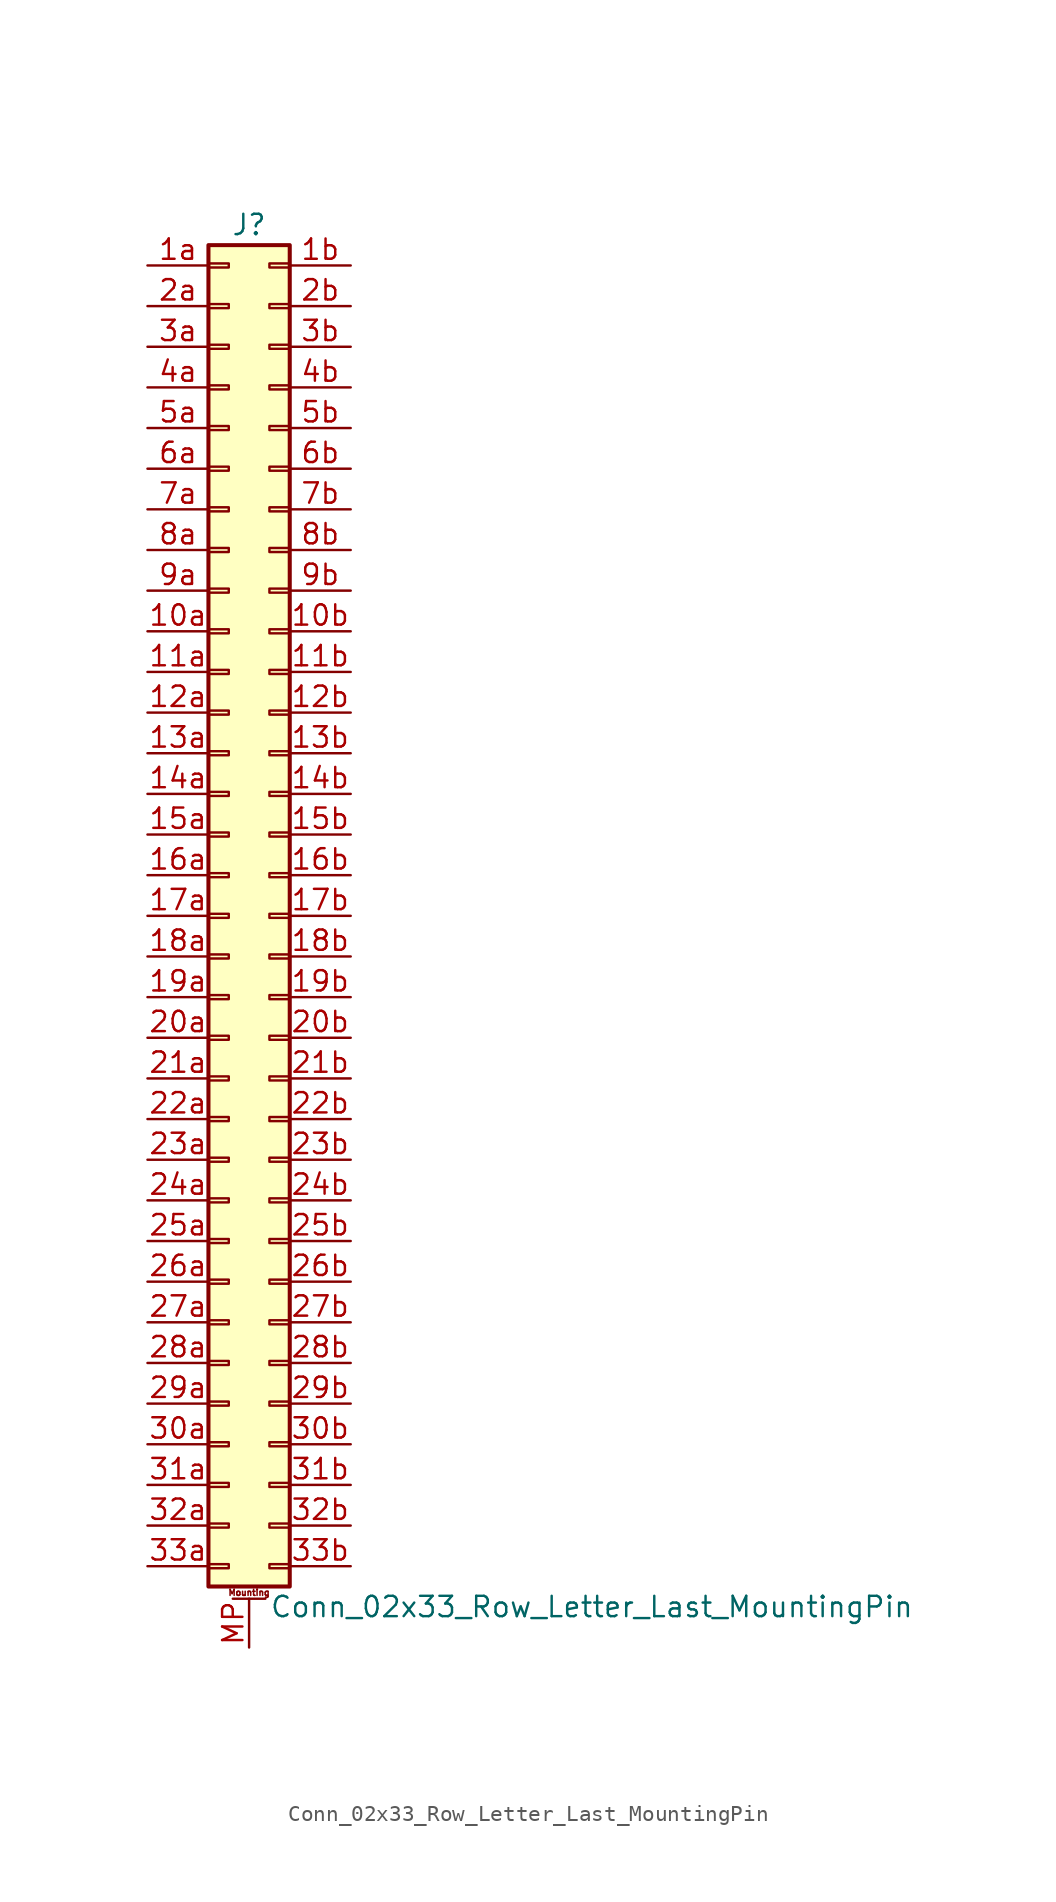
<source format=kicad_sym>
(kicad_symbol_lib
  (version 20211014)
  (generator kicad_symbol_editor)
  (symbol "Conn_02x33_Row_Letter_Last_MountingPin"
    (pin_names
      (offset 1.016) hide)
    (property "Reference" "J"
      (at 1.27 43.18 0)
      (effects (font (size 1.27 1.27))))
    (property "Value" "Conn_02x33_Row_Letter_Last_MountingPin"
      (at 2.54 -43.18 0)
      (effects (font (size 1.27 1.27)) (justify left)))
    (symbol "Conn_02x33_Row_Letter_Last_MountingPin_1_1"
      (rectangle (start -1.27 -40.513) (end 0 -40.767) (stroke (width 0.152) (type default) (color 0 0 0 0)) (fill (type none)))
      (rectangle (start -1.27 -37.973) (end 0 -38.227) (stroke (width 0.152) (type default) (color 0 0 0 0)) (fill (type none)))
      (rectangle (start -1.27 -35.433) (end 0 -35.687) (stroke (width 0.152) (type default) (color 0 0 0 0)) (fill (type none)))
      (rectangle (start -1.27 -32.893) (end 0 -33.147) (stroke (width 0.152) (type default) (color 0 0 0 0)) (fill (type none)))
      (rectangle (start -1.27 -30.353) (end 0 -30.607) (stroke (width 0.152) (type default) (color 0 0 0 0)) (fill (type none)))
      (rectangle (start -1.27 -27.813) (end 0 -28.067) (stroke (width 0.152) (type default) (color 0 0 0 0)) (fill (type none)))
      (rectangle (start -1.27 -25.273) (end 0 -25.527) (stroke (width 0.152) (type default) (color 0 0 0 0)) (fill (type none)))
      (rectangle (start -1.27 -22.733) (end 0 -22.987) (stroke (width 0.152) (type default) (color 0 0 0 0)) (fill (type none)))
      (rectangle (start -1.27 -20.193) (end 0 -20.447) (stroke (width 0.152) (type default) (color 0 0 0 0)) (fill (type none)))
      (rectangle (start -1.27 -17.653) (end 0 -17.907) (stroke (width 0.152) (type default) (color 0 0 0 0)) (fill (type none)))
      (rectangle (start -1.27 -15.113) (end 0 -15.367) (stroke (width 0.152) (type default) (color 0 0 0 0)) (fill (type none)))
      (rectangle (start -1.27 -12.573) (end 0 -12.827) (stroke (width 0.152) (type default) (color 0 0 0 0)) (fill (type none)))
      (rectangle (start -1.27 -10.033) (end 0 -10.287) (stroke (width 0.152) (type default) (color 0 0 0 0)) (fill (type none)))
      (rectangle (start -1.27 -7.493) (end 0 -7.747) (stroke (width 0.152) (type default) (color 0 0 0 0)) (fill (type none)))
      (rectangle (start -1.27 -4.953) (end 0 -5.207) (stroke (width 0.152) (type default) (color 0 0 0 0)) (fill (type none)))
      (rectangle (start -1.27 -2.413) (end 0 -2.667) (stroke (width 0.152) (type default) (color 0 0 0 0)) (fill (type none)))
      (rectangle (start -1.27 0.127) (end 0 -0.127) (stroke (width 0.152) (type default) (color 0 0 0 0)) (fill (type none)))
      (rectangle (start -1.27 2.667) (end 0 2.413) (stroke (width 0.152) (type default) (color 0 0 0 0)) (fill (type none)))
      (rectangle (start -1.27 5.207) (end 0 4.953) (stroke (width 0.152) (type default) (color 0 0 0 0)) (fill (type none)))
      (rectangle (start -1.27 7.747) (end 0 7.493) (stroke (width 0.152) (type default) (color 0 0 0 0)) (fill (type none)))
      (rectangle (start -1.27 10.287) (end 0 10.033) (stroke (width 0.152) (type default) (color 0 0 0 0)) (fill (type none)))
      (rectangle (start -1.27 12.827) (end 0 12.573) (stroke (width 0.152) (type default) (color 0 0 0 0)) (fill (type none)))
      (rectangle (start -1.27 15.367) (end 0 15.113) (stroke (width 0.152) (type default) (color 0 0 0 0)) (fill (type none)))
      (rectangle (start -1.27 17.907) (end 0 17.653) (stroke (width 0.152) (type default) (color 0 0 0 0)) (fill (type none)))
      (rectangle (start -1.27 20.447) (end 0 20.193) (stroke (width 0.152) (type default) (color 0 0 0 0)) (fill (type none)))
      (rectangle (start -1.27 22.987) (end 0 22.733) (stroke (width 0.152) (type default) (color 0 0 0 0)) (fill (type none)))
      (rectangle (start -1.27 25.527) (end 0 25.273) (stroke (width 0.152) (type default) (color 0 0 0 0)) (fill (type none)))
      (rectangle (start -1.27 28.067) (end 0 27.813) (stroke (width 0.152) (type default) (color 0 0 0 0)) (fill (type none)))
      (rectangle (start -1.27 30.607) (end 0 30.353) (stroke (width 0.152) (type default) (color 0 0 0 0)) (fill (type none)))
      (rectangle (start -1.27 33.147) (end 0 32.893) (stroke (width 0.152) (type default) (color 0 0 0 0)) (fill (type none)))
      (rectangle (start -1.27 35.687) (end 0 35.433) (stroke (width 0.152) (type default) (color 0 0 0 0)) (fill (type none)))
      (rectangle (start -1.27 38.227) (end 0 37.973) (stroke (width 0.152) (type default) (color 0 0 0 0)) (fill (type none)))
      (rectangle (start -1.27 40.767) (end 0 40.513) (stroke (width 0.152) (type default) (color 0 0 0 0)) (fill (type none)))
      (rectangle (start -1.27 41.91) (end 3.81 -41.91) (stroke (width 0.254) (type default) (color 0 0 0 0)) (fill (type background)))
      (polyline (pts (xy 0.254 -42.672) (xy 2.286 -42.672)) (stroke (width 0.152) (type default) (color 0 0 0 0)) (fill (type none)))
      (rectangle (start 3.81 -40.513) (end 2.54 -40.767) (stroke (width 0.152) (type default) (color 0 0 0 0)) (fill (type none)))
      (rectangle (start 3.81 -37.973) (end 2.54 -38.227) (stroke (width 0.152) (type default) (color 0 0 0 0)) (fill (type none)))
      (rectangle (start 3.81 -35.433) (end 2.54 -35.687) (stroke (width 0.152) (type default) (color 0 0 0 0)) (fill (type none)))
      (rectangle (start 3.81 -32.893) (end 2.54 -33.147) (stroke (width 0.152) (type default) (color 0 0 0 0)) (fill (type none)))
      (rectangle (start 3.81 -30.353) (end 2.54 -30.607) (stroke (width 0.152) (type default) (color 0 0 0 0)) (fill (type none)))
      (rectangle (start 3.81 -27.813) (end 2.54 -28.067) (stroke (width 0.152) (type default) (color 0 0 0 0)) (fill (type none)))
      (rectangle (start 3.81 -25.273) (end 2.54 -25.527) (stroke (width 0.152) (type default) (color 0 0 0 0)) (fill (type none)))
      (rectangle (start 3.81 -22.733) (end 2.54 -22.987) (stroke (width 0.152) (type default) (color 0 0 0 0)) (fill (type none)))
      (rectangle (start 3.81 -20.193) (end 2.54 -20.447) (stroke (width 0.152) (type default) (color 0 0 0 0)) (fill (type none)))
      (rectangle (start 3.81 -17.653) (end 2.54 -17.907) (stroke (width 0.152) (type default) (color 0 0 0 0)) (fill (type none)))
      (rectangle (start 3.81 -15.113) (end 2.54 -15.367) (stroke (width 0.152) (type default) (color 0 0 0 0)) (fill (type none)))
      (rectangle (start 3.81 -12.573) (end 2.54 -12.827) (stroke (width 0.152) (type default) (color 0 0 0 0)) (fill (type none)))
      (rectangle (start 3.81 -10.033) (end 2.54 -10.287) (stroke (width 0.152) (type default) (color 0 0 0 0)) (fill (type none)))
      (rectangle (start 3.81 -7.493) (end 2.54 -7.747) (stroke (width 0.152) (type default) (color 0 0 0 0)) (fill (type none)))
      (rectangle (start 3.81 -4.953) (end 2.54 -5.207) (stroke (width 0.152) (type default) (color 0 0 0 0)) (fill (type none)))
      (rectangle (start 3.81 -2.413) (end 2.54 -2.667) (stroke (width 0.152) (type default) (color 0 0 0 0)) (fill (type none)))
      (rectangle (start 3.81 0.127) (end 2.54 -0.127) (stroke (width 0.152) (type default) (color 0 0 0 0)) (fill (type none)))
      (rectangle (start 3.81 2.667) (end 2.54 2.413) (stroke (width 0.152) (type default) (color 0 0 0 0)) (fill (type none)))
      (rectangle (start 3.81 5.207) (end 2.54 4.953) (stroke (width 0.152) (type default) (color 0 0 0 0)) (fill (type none)))
      (rectangle (start 3.81 7.747) (end 2.54 7.493) (stroke (width 0.152) (type default) (color 0 0 0 0)) (fill (type none)))
      (rectangle (start 3.81 10.287) (end 2.54 10.033) (stroke (width 0.152) (type default) (color 0 0 0 0)) (fill (type none)))
      (rectangle (start 3.81 12.827) (end 2.54 12.573) (stroke (width 0.152) (type default) (color 0 0 0 0)) (fill (type none)))
      (rectangle (start 3.81 15.367) (end 2.54 15.113) (stroke (width 0.152) (type default) (color 0 0 0 0)) (fill (type none)))
      (rectangle (start 3.81 17.907) (end 2.54 17.653) (stroke (width 0.152) (type default) (color 0 0 0 0)) (fill (type none)))
      (rectangle (start 3.81 20.447) (end 2.54 20.193) (stroke (width 0.152) (type default) (color 0 0 0 0)) (fill (type none)))
      (rectangle (start 3.81 22.987) (end 2.54 22.733) (stroke (width 0.152) (type default) (color 0 0 0 0)) (fill (type none)))
      (rectangle (start 3.81 25.527) (end 2.54 25.273) (stroke (width 0.152) (type default) (color 0 0 0 0)) (fill (type none)))
      (rectangle (start 3.81 28.067) (end 2.54 27.813) (stroke (width 0.152) (type default) (color 0 0 0 0)) (fill (type none)))
      (rectangle (start 3.81 30.607) (end 2.54 30.353) (stroke (width 0.152) (type default) (color 0 0 0 0)) (fill (type none)))
      (rectangle (start 3.81 33.147) (end 2.54 32.893) (stroke (width 0.152) (type default) (color 0 0 0 0)) (fill (type none)))
      (rectangle (start 3.81 35.687) (end 2.54 35.433) (stroke (width 0.152) (type default) (color 0 0 0 0)) (fill (type none)))
      (rectangle (start 3.81 38.227) (end 2.54 37.973) (stroke (width 0.152) (type default) (color 0 0 0 0)) (fill (type none)))
      (rectangle (start 3.81 40.767) (end 2.54 40.513) (stroke (width 0.152) (type default) (color 0 0 0 0)) (fill (type none)))
      (text "Mounting" (at 1.27 -42.291 0) (effects (font (size 0.381 0.381))))
      (pin passive line (at -5.08 17.78 0) (length 3.81) (name "Pin_10a" (effects (font (size 1.27 1.27)))) (number "10a" (effects (font (size 1.27 1.27)))))
      (pin passive line (at 7.62 17.78 180) (length 3.81) (name "Pin_10b" (effects (font (size 1.27 1.27)))) (number "10b" (effects (font (size 1.27 1.27)))))
      (pin passive line (at -5.08 15.24 0) (length 3.81) (name "Pin_11a" (effects (font (size 1.27 1.27)))) (number "11a" (effects (font (size 1.27 1.27)))))
      (pin passive line (at 7.62 15.24 180) (length 3.81) (name "Pin_11b" (effects (font (size 1.27 1.27)))) (number "11b" (effects (font (size 1.27 1.27)))))
      (pin passive line (at -5.08 12.7 0) (length 3.81) (name "Pin_12a" (effects (font (size 1.27 1.27)))) (number "12a" (effects (font (size 1.27 1.27)))))
      (pin passive line (at 7.62 12.7 180) (length 3.81) (name "Pin_12b" (effects (font (size 1.27 1.27)))) (number "12b" (effects (font (size 1.27 1.27)))))
      (pin passive line (at -5.08 10.16 0) (length 3.81) (name "Pin_13a" (effects (font (size 1.27 1.27)))) (number "13a" (effects (font (size 1.27 1.27)))))
      (pin passive line (at 7.62 10.16 180) (length 3.81) (name "Pin_13b" (effects (font (size 1.27 1.27)))) (number "13b" (effects (font (size 1.27 1.27)))))
      (pin passive line (at -5.08 7.62 0) (length 3.81) (name "Pin_14a" (effects (font (size 1.27 1.27)))) (number "14a" (effects (font (size 1.27 1.27)))))
      (pin passive line (at 7.62 7.62 180) (length 3.81) (name "Pin_14b" (effects (font (size 1.27 1.27)))) (number "14b" (effects (font (size 1.27 1.27)))))
      (pin passive line (at -5.08 5.08 0) (length 3.81) (name "Pin_15a" (effects (font (size 1.27 1.27)))) (number "15a" (effects (font (size 1.27 1.27)))))
      (pin passive line (at 7.62 5.08 180) (length 3.81) (name "Pin_15b" (effects (font (size 1.27 1.27)))) (number "15b" (effects (font (size 1.27 1.27)))))
      (pin passive line (at -5.08 2.54 0) (length 3.81) (name "Pin_16a" (effects (font (size 1.27 1.27)))) (number "16a" (effects (font (size 1.27 1.27)))))
      (pin passive line (at 7.62 2.54 180) (length 3.81) (name "Pin_16b" (effects (font (size 1.27 1.27)))) (number "16b" (effects (font (size 1.27 1.27)))))
      (pin passive line (at -5.08 0 0) (length 3.81) (name "Pin_17a" (effects (font (size 1.27 1.27)))) (number "17a" (effects (font (size 1.27 1.27)))))
      (pin passive line (at 7.62 0 180) (length 3.81) (name "Pin_17b" (effects (font (size 1.27 1.27)))) (number "17b" (effects (font (size 1.27 1.27)))))
      (pin passive line (at -5.08 -2.54 0) (length 3.81) (name "Pin_18a" (effects (font (size 1.27 1.27)))) (number "18a" (effects (font (size 1.27 1.27)))))
      (pin passive line (at 7.62 -2.54 180) (length 3.81) (name "Pin_18b" (effects (font (size 1.27 1.27)))) (number "18b" (effects (font (size 1.27 1.27)))))
      (pin passive line (at -5.08 -5.08 0) (length 3.81) (name "Pin_19a" (effects (font (size 1.27 1.27)))) (number "19a" (effects (font (size 1.27 1.27)))))
      (pin passive line (at 7.62 -5.08 180) (length 3.81) (name "Pin_19b" (effects (font (size 1.27 1.27)))) (number "19b" (effects (font (size 1.27 1.27)))))
      (pin passive line (at -5.08 40.64 0) (length 3.81) (name "Pin_1a" (effects (font (size 1.27 1.27)))) (number "1a" (effects (font (size 1.27 1.27)))))
      (pin passive line (at 7.62 40.64 180) (length 3.81) (name "Pin_1b" (effects (font (size 1.27 1.27)))) (number "1b" (effects (font (size 1.27 1.27)))))
      (pin passive line (at -5.08 -7.62 0) (length 3.81) (name "Pin_20a" (effects (font (size 1.27 1.27)))) (number "20a" (effects (font (size 1.27 1.27)))))
      (pin passive line (at 7.62 -7.62 180) (length 3.81) (name "Pin_20b" (effects (font (size 1.27 1.27)))) (number "20b" (effects (font (size 1.27 1.27)))))
      (pin passive line (at -5.08 -10.16 0) (length 3.81) (name "Pin_21a" (effects (font (size 1.27 1.27)))) (number "21a" (effects (font (size 1.27 1.27)))))
      (pin passive line (at 7.62 -10.16 180) (length 3.81) (name "Pin_21b" (effects (font (size 1.27 1.27)))) (number "21b" (effects (font (size 1.27 1.27)))))
      (pin passive line (at -5.08 -12.7 0) (length 3.81) (name "Pin_22a" (effects (font (size 1.27 1.27)))) (number "22a" (effects (font (size 1.27 1.27)))))
      (pin passive line (at 7.62 -12.7 180) (length 3.81) (name "Pin_22b" (effects (font (size 1.27 1.27)))) (number "22b" (effects (font (size 1.27 1.27)))))
      (pin passive line (at -5.08 -15.24 0) (length 3.81) (name "Pin_23a" (effects (font (size 1.27 1.27)))) (number "23a" (effects (font (size 1.27 1.27)))))
      (pin passive line (at 7.62 -15.24 180) (length 3.81) (name "Pin_23b" (effects (font (size 1.27 1.27)))) (number "23b" (effects (font (size 1.27 1.27)))))
      (pin passive line (at -5.08 -17.78 0) (length 3.81) (name "Pin_24a" (effects (font (size 1.27 1.27)))) (number "24a" (effects (font (size 1.27 1.27)))))
      (pin passive line (at 7.62 -17.78 180) (length 3.81) (name "Pin_24b" (effects (font (size 1.27 1.27)))) (number "24b" (effects (font (size 1.27 1.27)))))
      (pin passive line (at -5.08 -20.32 0) (length 3.81) (name "Pin_25a" (effects (font (size 1.27 1.27)))) (number "25a" (effects (font (size 1.27 1.27)))))
      (pin passive line (at 7.62 -20.32 180) (length 3.81) (name "Pin_25b" (effects (font (size 1.27 1.27)))) (number "25b" (effects (font (size 1.27 1.27)))))
      (pin passive line (at -5.08 -22.86 0) (length 3.81) (name "Pin_26a" (effects (font (size 1.27 1.27)))) (number "26a" (effects (font (size 1.27 1.27)))))
      (pin passive line (at 7.62 -22.86 180) (length 3.81) (name "Pin_26b" (effects (font (size 1.27 1.27)))) (number "26b" (effects (font (size 1.27 1.27)))))
      (pin passive line (at -5.08 -25.4 0) (length 3.81) (name "Pin_27a" (effects (font (size 1.27 1.27)))) (number "27a" (effects (font (size 1.27 1.27)))))
      (pin passive line (at 7.62 -25.4 180) (length 3.81) (name "Pin_27b" (effects (font (size 1.27 1.27)))) (number "27b" (effects (font (size 1.27 1.27)))))
      (pin passive line (at -5.08 -27.94 0) (length 3.81) (name "Pin_28a" (effects (font (size 1.27 1.27)))) (number "28a" (effects (font (size 1.27 1.27)))))
      (pin passive line (at 7.62 -27.94 180) (length 3.81) (name "Pin_28b" (effects (font (size 1.27 1.27)))) (number "28b" (effects (font (size 1.27 1.27)))))
      (pin passive line (at -5.08 -30.48 0) (length 3.81) (name "Pin_29a" (effects (font (size 1.27 1.27)))) (number "29a" (effects (font (size 1.27 1.27)))))
      (pin passive line (at 7.62 -30.48 180) (length 3.81) (name "Pin_29b" (effects (font (size 1.27 1.27)))) (number "29b" (effects (font (size 1.27 1.27)))))
      (pin passive line (at -5.08 38.1 0) (length 3.81) (name "Pin_2a" (effects (font (size 1.27 1.27)))) (number "2a" (effects (font (size 1.27 1.27)))))
      (pin passive line (at 7.62 38.1 180) (length 3.81) (name "Pin_2b" (effects (font (size 1.27 1.27)))) (number "2b" (effects (font (size 1.27 1.27)))))
      (pin passive line (at -5.08 -33.02 0) (length 3.81) (name "Pin_30a" (effects (font (size 1.27 1.27)))) (number "30a" (effects (font (size 1.27 1.27)))))
      (pin passive line (at 7.62 -33.02 180) (length 3.81) (name "Pin_30b" (effects (font (size 1.27 1.27)))) (number "30b" (effects (font (size 1.27 1.27)))))
      (pin passive line (at -5.08 -35.56 0) (length 3.81) (name "Pin_31a" (effects (font (size 1.27 1.27)))) (number "31a" (effects (font (size 1.27 1.27)))))
      (pin passive line (at 7.62 -35.56 180) (length 3.81) (name "Pin_31b" (effects (font (size 1.27 1.27)))) (number "31b" (effects (font (size 1.27 1.27)))))
      (pin passive line (at -5.08 -38.1 0) (length 3.81) (name "Pin_32a" (effects (font (size 1.27 1.27)))) (number "32a" (effects (font (size 1.27 1.27)))))
      (pin passive line (at 7.62 -38.1 180) (length 3.81) (name "Pin_32b" (effects (font (size 1.27 1.27)))) (number "32b" (effects (font (size 1.27 1.27)))))
      (pin passive line (at -5.08 -40.64 0) (length 3.81) (name "Pin_33a" (effects (font (size 1.27 1.27)))) (number "33a" (effects (font (size 1.27 1.27)))))
      (pin passive line (at 7.62 -40.64 180) (length 3.81) (name "Pin_33b" (effects (font (size 1.27 1.27)))) (number "33b" (effects (font (size 1.27 1.27)))))
      (pin passive line (at -5.08 35.56 0) (length 3.81) (name "Pin_3a" (effects (font (size 1.27 1.27)))) (number "3a" (effects (font (size 1.27 1.27)))))
      (pin passive line (at 7.62 35.56 180) (length 3.81) (name "Pin_3b" (effects (font (size 1.27 1.27)))) (number "3b" (effects (font (size 1.27 1.27)))))
      (pin passive line (at -5.08 33.02 0) (length 3.81) (name "Pin_4a" (effects (font (size 1.27 1.27)))) (number "4a" (effects (font (size 1.27 1.27)))))
      (pin passive line (at 7.62 33.02 180) (length 3.81) (name "Pin_4b" (effects (font (size 1.27 1.27)))) (number "4b" (effects (font (size 1.27 1.27)))))
      (pin passive line (at -5.08 30.48 0) (length 3.81) (name "Pin_5a" (effects (font (size 1.27 1.27)))) (number "5a" (effects (font (size 1.27 1.27)))))
      (pin passive line (at 7.62 30.48 180) (length 3.81) (name "Pin_5b" (effects (font (size 1.27 1.27)))) (number "5b" (effects (font (size 1.27 1.27)))))
      (pin passive line (at -5.08 27.94 0) (length 3.81) (name "Pin_6a" (effects (font (size 1.27 1.27)))) (number "6a" (effects (font (size 1.27 1.27)))))
      (pin passive line (at 7.62 27.94 180) (length 3.81) (name "Pin_6b" (effects (font (size 1.27 1.27)))) (number "6b" (effects (font (size 1.27 1.27)))))
      (pin passive line (at -5.08 25.4 0) (length 3.81) (name "Pin_7a" (effects (font (size 1.27 1.27)))) (number "7a" (effects (font (size 1.27 1.27)))))
      (pin passive line (at 7.62 25.4 180) (length 3.81) (name "Pin_7b" (effects (font (size 1.27 1.27)))) (number "7b" (effects (font (size 1.27 1.27)))))
      (pin passive line (at -5.08 22.86 0) (length 3.81) (name "Pin_8a" (effects (font (size 1.27 1.27)))) (number "8a" (effects (font (size 1.27 1.27)))))
      (pin passive line (at 7.62 22.86 180) (length 3.81) (name "Pin_8b" (effects (font (size 1.27 1.27)))) (number "8b" (effects (font (size 1.27 1.27)))))
      (pin passive line (at -5.08 20.32 0) (length 3.81) (name "Pin_9a" (effects (font (size 1.27 1.27)))) (number "9a" (effects (font (size 1.27 1.27)))))
      (pin passive line (at 7.62 20.32 180) (length 3.81) (name "Pin_9b" (effects (font (size 1.27 1.27)))) (number "9b" (effects (font (size 1.27 1.27)))))
      (pin passive line (at 1.27 -45.72 90) (length 3.048) (name "MountPin" (effects (font (size 1.27 1.27)))) (number "MP" (effects (font (size 1.27 1.27))))))))
</source>
